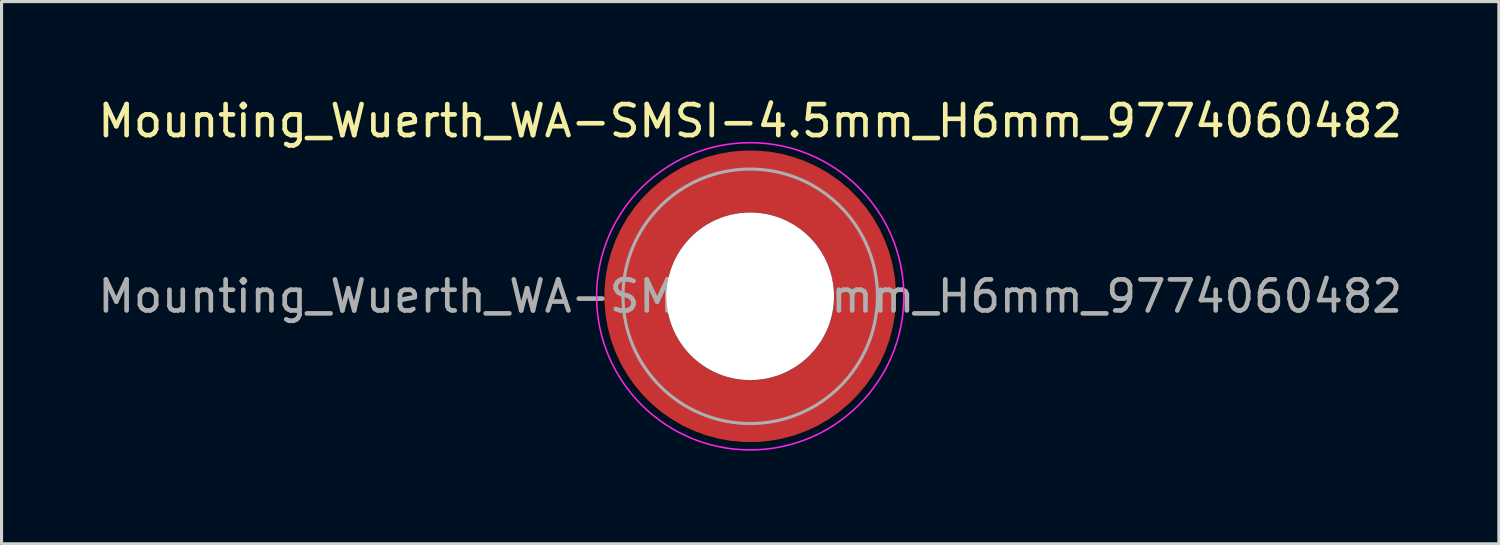
<source format=kicad_pcb>
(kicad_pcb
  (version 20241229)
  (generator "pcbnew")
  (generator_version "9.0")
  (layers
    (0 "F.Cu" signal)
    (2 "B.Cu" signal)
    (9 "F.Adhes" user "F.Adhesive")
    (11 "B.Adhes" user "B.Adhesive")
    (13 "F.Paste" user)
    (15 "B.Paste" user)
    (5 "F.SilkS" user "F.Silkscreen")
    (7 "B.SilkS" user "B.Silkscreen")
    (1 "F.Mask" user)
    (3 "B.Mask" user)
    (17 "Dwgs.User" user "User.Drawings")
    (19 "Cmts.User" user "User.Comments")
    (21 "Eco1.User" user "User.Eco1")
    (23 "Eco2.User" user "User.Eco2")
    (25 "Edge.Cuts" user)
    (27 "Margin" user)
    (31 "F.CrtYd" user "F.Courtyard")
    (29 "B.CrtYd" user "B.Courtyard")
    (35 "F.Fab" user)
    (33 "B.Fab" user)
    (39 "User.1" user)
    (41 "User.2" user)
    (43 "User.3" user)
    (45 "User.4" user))
  (footprint "Mounting_Wuerth_WA-SMSI-4.5mm_H6mm_9774060482"
    (layer "F.Cu")
    (at 21.125 6.498)
    (property "Reference" "Mounting_Wuerth_WA-SMSI-4.5mm_H6mm_9774060482" (at 0 -5.65 0) (layer "F.SilkS") (effects (font (size 1 1) (thickness 0.15))))
    (attr smd)
    (fp_circle (center 0 0) (end 4.95 0) (stroke (width 0.05) (type solid)) (fill no) (layer "F.CrtYd"))
    (fp_circle (center 0 0) (end 4.1 0) (stroke (width 0.1) (type solid)) (fill no) (layer "F.Fab"))
    (fp_text user "${REFERENCE}" (at 0 0 0) (layer "F.Fab") (effects (font (size 1 1) (thickness 0.15))))
    (pad "" smd custom (at -2.607 -2.607) (size 1.495 1.495) (layers "F.Paste") (options (anchor circle)) (primitives (gr_arc (start -0.188183 2.107456) (mid 0.599273 0.599273) (end 2.107456 -0.188183) (width 0.2)) (gr_arc (start -0.289416 2.107456) (mid 0.52877 0.52877) (end 2.107456 -0.289416) (width 0.2)) (gr_arc (start -0.390547 2.107456) (mid 0.458268 0.458268) (end 2.107456 -0.390547) (width 0.2)) (gr_arc (start -0.491585 2.107456) (mid 0.387765 0.387765) (end 2.107456 -0.491585) (width 0.2)) (gr_arc (start -0.59254 2.107456) (mid 0.317262 0.317262) (end 2.107456 -0.59254) (width 0.2)) (gr_arc (start -0.693419 2.107456) (mid 0.24676 0.24676) (end 2.107456 -0.693419) (width 0.2)) (gr_arc (start -0.794229 2.107456) (mid 0.176257 0.176257) (end 2.107456 -0.794229) (width 0.2)) (gr_arc (start -0.894975 2.107456) (mid 0.105754 0.105754) (end 2.107456 -0.894975) (width 0.2)) (gr_arc (start -0.995664 2.107456) (mid 0.035251 0.035251) (end 2.107456 -0.995664) (width 0.2)) (gr_arc (start -1.0963 2.107456) (mid -0.035252 -0.035252) (end 2.107456 -1.0963) (width 0.2)) (gr_arc (start -1.196886 2.107456) (mid -0.105754 -0.105754) (end 2.107456 -1.196886) (width 0.2)) (gr_arc (start -1.297427 2.107456) (mid -0.176257 -0.176257) (end 2.107456 -1.297427) (width 0.2)) (gr_arc (start -1.397927 2.107456) (mid -0.24676 -0.24676) (end 2.107456 -1.397927) (width 0.2)) (gr_arc (start -1.498388 2.107456) (mid -0.317262 -0.317262) (end 2.107456 -1.498388) (width 0.2)) (gr_arc (start -1.598813 2.107456) (mid -0.387765 -0.387765) (end 2.107456 -1.598813) (width 0.2)) (gr_arc (start -1.699204 2.107456) (mid -0.458267 -0.458267) (end 2.107456 -1.699204) (width 0.2)) (gr_arc (start -1.799565 2.107456) (mid -0.528771 -0.528771) (end 2.107456 -1.799565) (width 0.2)) (gr_arc (start -1.899896 2.107456) (mid -0.599273 -0.599273) (end 2.107456 -1.899896) (width 0.2)) (gr_arc (start -1.899896 2.107456) (mid -0.599273 -0.599273) (end 2.107456 -1.899896) (width 0.2)) (gr_line (start 2.107 -0.188) (end 2.107 -1.9) (width 0.2)) (gr_line (start -0.188 2.107) (end -1.9 2.107) (width 0.2))))
    (pad "" smd custom (at -2.607 2.607) (size 1.495 1.495) (layers "F.Paste") (options (anchor circle)) (primitives (gr_arc (start 2.107456 0.188183) (mid 0.599273 -0.599273) (end -0.188183 -2.107456) (width 0.2)) (gr_arc (start 2.107456 0.289416) (mid 0.52877 -0.52877) (end -0.289416 -2.107456) (width 0.2)) (gr_arc (start 2.107456 0.390547) (mid 0.458268 -0.458268) (end -0.390547 -2.107456) (width 0.2)) (gr_arc (start 2.107456 0.491585) (mid 0.387765 -0.387765) (end -0.491585 -2.107456) (width 0.2)) (gr_arc (start 2.107456 0.59254) (mid 0.317262 -0.317262) (end -0.59254 -2.107456) (width 0.2)) (gr_arc (start 2.107456 0.693419) (mid 0.24676 -0.24676) (end -0.693419 -2.107456) (width 0.2)) (gr_arc (start 2.107456 0.794229) (mid 0.176257 -0.176257) (end -0.794229 -2.107456) (width 0.2)) (gr_arc (start 2.107456 0.894975) (mid 0.105754 -0.105754) (end -0.894975 -2.107456) (width 0.2)) (gr_arc (start 2.107456 0.995664) (mid 0.035251 -0.035251) (end -0.995664 -2.107456) (width 0.2)) (gr_arc (start 2.107456 1.0963) (mid -0.035252 0.035252) (end -1.0963 -2.107456) (width 0.2)) (gr_arc (start 2.107456 1.196886) (mid -0.105754 0.105754) (end -1.196886 -2.107456) (width 0.2)) (gr_arc (start 2.107456 1.297427) (mid -0.176257 0.176257) (end -1.297427 -2.107456) (width 0.2)) (gr_arc (start 2.107456 1.397927) (mid -0.24676 0.24676) (end -1.397927 -2.107456) (width 0.2)) (gr_arc (start 2.107456 1.498388) (mid -0.317262 0.317262) (end -1.498388 -2.107456) (width 0.2)) (gr_arc (start 2.107456 1.598813) (mid -0.387765 0.387765) (end -1.598813 -2.107456) (width 0.2)) (gr_arc (start 2.107456 1.699204) (mid -0.458267 0.458267) (end -1.699204 -2.107456) (width 0.2)) (gr_arc (start 2.107456 1.799565) (mid -0.528771 0.528771) (end -1.799565 -2.107456) (width 0.2)) (gr_arc (start 2.107456 1.899896) (mid -0.599273 0.599273) (end -1.899896 -2.107456) (width 0.2)) (gr_arc (start 2.107456 1.899896) (mid -0.599273 0.599273) (end -1.899896 -2.107456) (width 0.2)) (gr_line (start -0.188 -2.107) (end -1.9 -2.107) (width 0.2)) (gr_line (start 2.107 0.188) (end 2.107 1.9) (width 0.2))))
    (pad "" np_thru_hole circle (at 0 0) (size 5.4 5.4) (drill 5.4) (layers "*.Cu" "*.Mask"))
    (pad "" smd custom (at 2.607 -2.607) (size 1.495 1.495) (layers "F.Paste") (options (anchor circle)) (primitives (gr_arc (start -2.107456 -0.188183) (mid -0.599273 0.599273) (end 0.188183 2.107456) (width 0.2)) (gr_arc (start -2.107456 -0.289416) (mid -0.52877 0.52877) (end 0.289416 2.107456) (width 0.2)) (gr_arc (start -2.107456 -0.390547) (mid -0.458268 0.458268) (end 0.390547 2.107456) (width 0.2)) (gr_arc (start -2.107456 -0.491585) (mid -0.387765 0.387765) (end 0.491585 2.107456) (width 0.2)) (gr_arc (start -2.107456 -0.59254) (mid -0.317262 0.317262) (end 0.59254 2.107456) (width 0.2)) (gr_arc (start -2.107456 -0.693419) (mid -0.24676 0.24676) (end 0.693419 2.107456) (width 0.2)) (gr_arc (start -2.107456 -0.794229) (mid -0.176257 0.176257) (end 0.794229 2.107456) (width 0.2)) (gr_arc (start -2.107456 -0.894975) (mid -0.105754 0.105754) (end 0.894975 2.107456) (width 0.2)) (gr_arc (start -2.107456 -0.995664) (mid -0.035251 0.035251) (end 0.995664 2.107456) (width 0.2)) (gr_arc (start -2.107456 -1.0963) (mid 0.035252 -0.035252) (end 1.0963 2.107456) (width 0.2)) (gr_arc (start -2.107456 -1.196886) (mid 0.105754 -0.105754) (end 1.196886 2.107456) (width 0.2)) (gr_arc (start -2.107456 -1.297427) (mid 0.176257 -0.176257) (end 1.297427 2.107456) (width 0.2)) (gr_arc (start -2.107456 -1.397927) (mid 0.24676 -0.24676) (end 1.397927 2.107456) (width 0.2)) (gr_arc (start -2.107456 -1.498388) (mid 0.317262 -0.317262) (end 1.498388 2.107456) (width 0.2)) (gr_arc (start -2.107456 -1.598813) (mid 0.387765 -0.387765) (end 1.598813 2.107456) (width 0.2)) (gr_arc (start -2.107456 -1.699204) (mid 0.458267 -0.458267) (end 1.699204 2.107456) (width 0.2)) (gr_arc (start -2.107456 -1.799565) (mid 0.528771 -0.528771) (end 1.799565 2.107456) (width 0.2)) (gr_arc (start -2.107456 -1.899896) (mid 0.599273 -0.599273) (end 1.899896 2.107456) (width 0.2)) (gr_arc (start -2.107456 -1.899896) (mid 0.599273 -0.599273) (end 1.899896 2.107456) (width 0.2)) (gr_line (start 0.188 2.107) (end 1.9 2.107) (width 0.2)) (gr_line (start -2.107 -0.188) (end -2.107 -1.9) (width 0.2))))
    (pad "" smd custom (at 2.607 2.607) (size 1.495 1.495) (layers "F.Paste") (options (anchor circle)) (primitives (gr_arc (start 0.188183 -2.107456) (mid -0.599273 -0.599273) (end -2.107456 0.188183) (width 0.2)) (gr_arc (start 0.289416 -2.107456) (mid -0.52877 -0.52877) (end -2.107456 0.289416) (width 0.2)) (gr_arc (start 0.390547 -2.107456) (mid -0.458268 -0.458268) (end -2.107456 0.390547) (width 0.2)) (gr_arc (start 0.491585 -2.107456) (mid -0.387765 -0.387765) (end -2.107456 0.491585) (width 0.2)) (gr_arc (start 0.59254 -2.107456) (mid -0.317262 -0.317262) (end -2.107456 0.59254) (width 0.2)) (gr_arc (start 0.693419 -2.107456) (mid -0.24676 -0.24676) (end -2.107456 0.693419) (width 0.2)) (gr_arc (start 0.794229 -2.107456) (mid -0.176257 -0.176257) (end -2.107456 0.794229) (width 0.2)) (gr_arc (start 0.894975 -2.107456) (mid -0.105754 -0.105754) (end -2.107456 0.894975) (width 0.2)) (gr_arc (start 0.995664 -2.107456) (mid -0.035251 -0.035251) (end -2.107456 0.995664) (width 0.2)) (gr_arc (start 1.0963 -2.107456) (mid 0.035252 0.035252) (end -2.107456 1.0963) (width 0.2)) (gr_arc (start 1.196886 -2.107456) (mid 0.105754 0.105754) (end -2.107456 1.196886) (width 0.2)) (gr_arc (start 1.297427 -2.107456) (mid 0.176257 0.176257) (end -2.107456 1.297427) (width 0.2)) (gr_arc (start 1.397927 -2.107456) (mid 0.24676 0.24676) (end -2.107456 1.397927) (width 0.2)) (gr_arc (start 1.498388 -2.107456) (mid 0.317262 0.317262) (end -2.107456 1.498388) (width 0.2)) (gr_arc (start 1.598813 -2.107456) (mid 0.387765 0.387765) (end -2.107456 1.598813) (width 0.2)) (gr_arc (start 1.699204 -2.107456) (mid 0.458267 0.458267) (end -2.107456 1.699204) (width 0.2)) (gr_arc (start 1.799565 -2.107456) (mid 0.528771 0.528771) (end -2.107456 1.799565) (width 0.2)) (gr_arc (start 1.899896 -2.107456) (mid 0.599273 0.599273) (end -2.107456 1.899896) (width 0.2)) (gr_arc (start 1.899896 -2.107456) (mid 0.599273 0.599273) (end -2.107456 1.899896) (width 0.2)) (gr_line (start -2.107 0.188) (end -2.107 1.9) (width 0.2)) (gr_line (start 0.188 -2.107) (end 1.9 -2.107) (width 0.2))))
    (pad "1" smd circle (at -3.7 0) (size 1.6 1.6) (layers "F.Cu"))
    (pad "1" smd circle (at 0 -3.7) (size 1.6 1.6) (layers "F.Cu"))
    (pad "1" smd circle (at 0 3.7) (size 1.6 1.6) (layers "F.Cu"))
    (pad "1" smd custom (at 3.7 0) (size 1.6 1.6) (layers "F.Cu" "F.Mask") (options (anchor circle)) (primitives (gr_circle (center -3.7 0) (end 0 0) (width 2) (fill no)))))
  (gr_rect
    (start -3 -3)
    (end 45.25 14.473)
    (stroke (width 0.1) (type default))
    (fill no)
    (layer "Edge.Cuts")))
</source>
